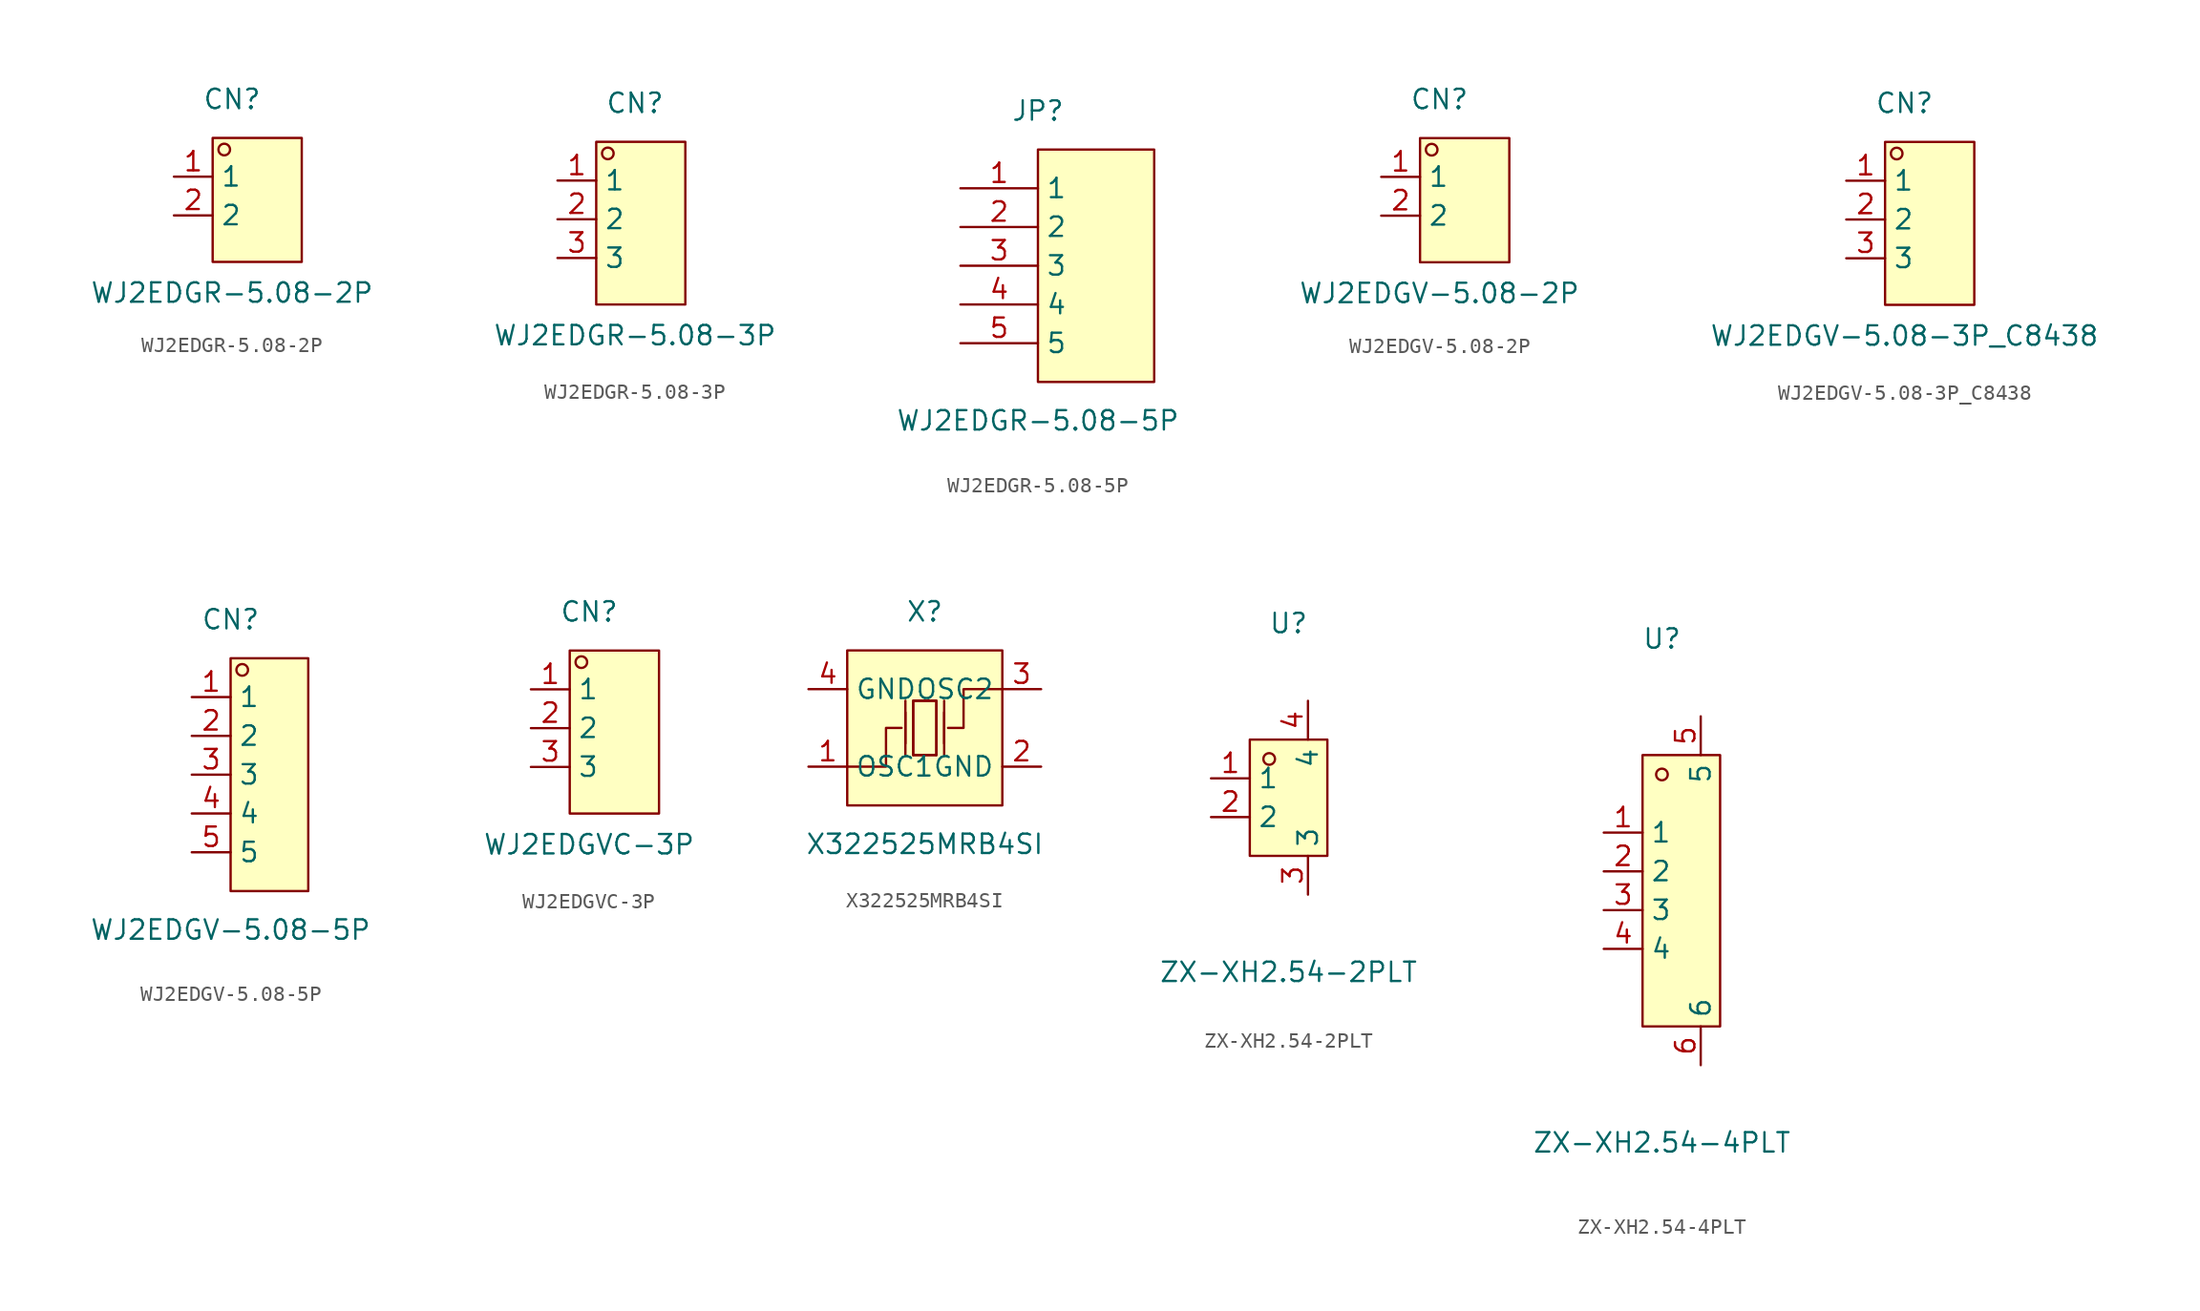
<source format=kicad_sym>
(kicad_symbol_lib
  (version 20211014)
  (generator https://github.com/uPesy/easyeda2kicad.py)
  (symbol "WJ2EDGR-5.08-2P"
    (property "Reference" "CN"
      (at 0 6.35 0)
      (effects (font (size 1.27 1.27))))
    (property "Value" "WJ2EDGR-5.08-2P"
      (at 0 -6.35 0)
      (effects (font (size 1.27 1.27))))
    (symbol "WJ2EDGR-5.08-2P_0_1"
      (rectangle (start -1.27 3.81) (end 4.57 -4.32) (stroke (width 0) (type default) (color 0 0 0 0)) (fill (type background)))
      (circle (center -0.51 3.05) (radius 0.38) (stroke (width 0) (type default) (color 0 0 0 0)) (fill (type none)))
      (pin unspecified line (at -3.81 1.27 0) (length 2.54) (name "1" (effects (font (size 1.27 1.27)))) (number "1" (effects (font (size 1.27 1.27)))))
      (pin unspecified line (at -3.81 -1.27 0) (length 2.54) (name "2" (effects (font (size 1.27 1.27)))) (number "2" (effects (font (size 1.27 1.27)))))))
  (symbol "WJ2EDGR-5.08-3P"
    (property "Reference" "CN"
      (at 0 7.62 0)
      (effects (font (size 1.27 1.27))))
    (property "Value" "WJ2EDGR-5.08-3P"
      (at 0 -7.62 0)
      (effects (font (size 1.27 1.27))))
    (symbol "WJ2EDGR-5.08-3P_0_1"
      (rectangle (start -2.54 5.08) (end 3.30 -5.59) (stroke (width 0) (type default) (color 0 0 0 0)) (fill (type background)))
      (circle (center -1.78 4.32) (radius 0.38) (stroke (width 0) (type default) (color 0 0 0 0)) (fill (type none)))
      (pin unspecified line (at -5.08 2.54 0) (length 2.54) (name "1" (effects (font (size 1.27 1.27)))) (number "1" (effects (font (size 1.27 1.27)))))
      (pin unspecified line (at -5.08 -0.00 0) (length 2.54) (name "2" (effects (font (size 1.27 1.27)))) (number "2" (effects (font (size 1.27 1.27)))))
      (pin unspecified line (at -5.08 -2.54 0) (length 2.54) (name "3" (effects (font (size 1.27 1.27)))) (number "3" (effects (font (size 1.27 1.27)))))))
  (symbol "WJ2EDGR-5.08-5P"
    (property "Reference" "JP"
      (at 0 10.16 0)
      (effects (font (size 1.27 1.27))))
    (property "Value" "WJ2EDGR-5.08-5P"
      (at 0 -10.16 0)
      (effects (font (size 1.27 1.27))))
    (symbol "WJ2EDGR-5.08-5P_0_1"
      (rectangle (start 0.00 7.62) (end 7.62 -7.62) (stroke (width 0) (type default) (color 0 0 0 0)) (fill (type background)))
      (pin unspecified line (at -5.08 5.08 0) (length 5.08) (name "1" (effects (font (size 1.27 1.27)))) (number "1" (effects (font (size 1.27 1.27)))))
      (pin unspecified line (at -5.08 2.54 0) (length 5.08) (name "2" (effects (font (size 1.27 1.27)))) (number "2" (effects (font (size 1.27 1.27)))))
      (pin unspecified line (at -5.08 -0.00 0) (length 5.08) (name "3" (effects (font (size 1.27 1.27)))) (number "3" (effects (font (size 1.27 1.27)))))
      (pin unspecified line (at -5.08 -2.54 0) (length 5.08) (name "4" (effects (font (size 1.27 1.27)))) (number "4" (effects (font (size 1.27 1.27)))))
      (pin unspecified line (at -5.08 -5.08 0) (length 5.08) (name "5" (effects (font (size 1.27 1.27)))) (number "5" (effects (font (size 1.27 1.27)))))))
  (symbol "WJ2EDGV-5.08-2P"
    (property "Reference" "CN"
      (at 0 6.35 0)
      (effects (font (size 1.27 1.27))))
    (property "Value" "WJ2EDGV-5.08-2P"
      (at 0 -6.35 0)
      (effects (font (size 1.27 1.27))))
    (symbol "WJ2EDGV-5.08-2P_0_1"
      (rectangle (start -1.27 3.81) (end 4.57 -4.32) (stroke (width 0) (type default) (color 0 0 0 0)) (fill (type background)))
      (circle (center -0.51 3.05) (radius 0.38) (stroke (width 0) (type default) (color 0 0 0 0)) (fill (type none)))
      (pin unspecified line (at -3.81 1.27 0) (length 2.54) (name "1" (effects (font (size 1.27 1.27)))) (number "1" (effects (font (size 1.27 1.27)))))
      (pin unspecified line (at -3.81 -1.27 0) (length 2.54) (name "2" (effects (font (size 1.27 1.27)))) (number "2" (effects (font (size 1.27 1.27)))))))
  (symbol "WJ2EDGV-5.08-3P_C8438"
    (property "Reference" "CN"
      (at 0 7.62 0)
      (effects (font (size 1.27 1.27))))
    (property "Value" "WJ2EDGV-5.08-3P_C8438"
      (at 0 -7.62 0)
      (effects (font (size 1.27 1.27))))
    (symbol "WJ2EDGV-5.08-3P_C8438_0_1"
      (rectangle (start -1.27 5.08) (end 4.57 -5.59) (stroke (width 0) (type default) (color 0 0 0 0)) (fill (type background)))
      (circle (center -0.51 4.32) (radius 0.38) (stroke (width 0) (type default) (color 0 0 0 0)) (fill (type none)))
      (pin unspecified line (at -3.81 2.54 0) (length 2.54) (name "1" (effects (font (size 1.27 1.27)))) (number "1" (effects (font (size 1.27 1.27)))))
      (pin unspecified line (at -3.81 -0.00 0) (length 2.54) (name "2" (effects (font (size 1.27 1.27)))) (number "2" (effects (font (size 1.27 1.27)))))
      (pin unspecified line (at -3.81 -2.54 0) (length 2.54) (name "3" (effects (font (size 1.27 1.27)))) (number "3" (effects (font (size 1.27 1.27)))))))
  (symbol "WJ2EDGV-5.08-5P"
    (property "Reference" "CN"
      (at 0 10.16 0)
      (effects (font (size 1.27 1.27))))
    (property "Value" "WJ2EDGV-5.08-5P"
      (at 0 -10.16 0)
      (effects (font (size 1.27 1.27))))
    (symbol "WJ2EDGV-5.08-5P_0_1"
      (rectangle (start 0.00 7.62) (end 5.08 -7.62) (stroke (width 0) (type default) (color 0 0 0 0)) (fill (type background)))
      (circle (center 0.76 6.86) (radius 0.38) (stroke (width 0) (type default) (color 0 0 0 0)) (fill (type none)))
      (pin unspecified line (at -2.54 5.08 0) (length 2.54) (name "1" (effects (font (size 1.27 1.27)))) (number "1" (effects (font (size 1.27 1.27)))))
      (pin unspecified line (at -2.54 2.54 0) (length 2.54) (name "2" (effects (font (size 1.27 1.27)))) (number "2" (effects (font (size 1.27 1.27)))))
      (pin unspecified line (at -2.54 -0.00 0) (length 2.54) (name "3" (effects (font (size 1.27 1.27)))) (number "3" (effects (font (size 1.27 1.27)))))
      (pin unspecified line (at -2.54 -2.54 0) (length 2.54) (name "4" (effects (font (size 1.27 1.27)))) (number "4" (effects (font (size 1.27 1.27)))))
      (pin unspecified line (at -2.54 -5.08 0) (length 2.54) (name "5" (effects (font (size 1.27 1.27)))) (number "5" (effects (font (size 1.27 1.27)))))))
  (symbol "WJ2EDGVC-3P"
    (property "Reference" "CN"
      (at 0 7.62 0)
      (effects (font (size 1.27 1.27))))
    (property "Value" "WJ2EDGVC-3P"
      (at 0 -7.62 0)
      (effects (font (size 1.27 1.27))))
    (symbol "WJ2EDGVC-3P_0_1"
      (rectangle (start -1.27 5.08) (end 4.57 -5.59) (stroke (width 0) (type default) (color 0 0 0 0)) (fill (type background)))
      (circle (center -0.51 4.32) (radius 0.38) (stroke (width 0) (type default) (color 0 0 0 0)) (fill (type none)))
      (pin unspecified line (at -3.81 2.54 0) (length 2.54) (name "1" (effects (font (size 1.27 1.27)))) (number "1" (effects (font (size 1.27 1.27)))))
      (pin unspecified line (at -3.81 -0.00 0) (length 2.54) (name "2" (effects (font (size 1.27 1.27)))) (number "2" (effects (font (size 1.27 1.27)))))
      (pin unspecified line (at -3.81 -2.54 0) (length 2.54) (name "3" (effects (font (size 1.27 1.27)))) (number "3" (effects (font (size 1.27 1.27)))))))
  (symbol "X322525MRB4SI"
    (property "Reference" "X"
      (at 0 7.62 0)
      (effects (font (size 1.27 1.27))))
    (property "Value" "X322525MRB4SI"
      (at 0 -7.62 0)
      (effects (font (size 1.27 1.27))))
    (symbol "X322525MRB4SI_0_1"
      (rectangle (start -5.08 5.08) (end 5.08 -5.08) (stroke (width 0) (type default) (color 0 0 0 0)) (fill (type background)))
      (polyline (pts (xy -1.27 -1.02) (xy -1.27 1.02)) (stroke (width 0) (type default) (color 0 0 0 0)) (fill (type none)))
      (polyline (pts (xy 0.76 -1.78) (xy -0.76 -1.78)) (stroke (width 0) (type default) (color 0 0 0 0)) (fill (type none)))
      (polyline (pts (xy 1.27 -1.02) (xy 1.27 1.02)) (stroke (width 0) (type default) (color 0 0 0 0)) (fill (type none)))
      (polyline (pts (xy -0.76 -1.78) (xy -0.76 1.78) (xy 0.76 1.78) (xy 0.76 -1.78)) (stroke (width 0) (type default) (color 0 0 0 0)) (fill (type none)))
      (polyline (pts (xy 5.08 2.54) (xy 2.54 2.54) (xy 2.54 -0.00) (xy 1.52 -0.00)) (stroke (width 0) (type default) (color 0 0 0 0)) (fill (type none)))
      (polyline (pts (xy -5.08 -2.54) (xy -2.54 -2.54) (xy -2.54 -0.00) (xy -1.52 -0.00)) (stroke (width 0) (type default) (color 0 0 0 0)) (fill (type none)))
      (polyline (pts (xy 1.27 -1.78) (xy 1.27 1.78)) (stroke (width 0) (type default) (color 0 0 0 0)) (fill (type none)))
      (polyline (pts (xy -1.27 -1.78) (xy -1.27 1.78)) (stroke (width 0) (type default) (color 0 0 0 0)) (fill (type none)))
      (polyline (pts (xy 0.76 1.78) (xy 0.76 -1.78) (xy -0.76 -1.78) (xy -0.76 1.78) (xy 0.76 1.78)) (stroke (width 0) (type default) (color 0 0 0 0)) (fill (type background)))
      (pin unspecified line (at -7.62 2.54 0) (length 2.54) (name "GND" (effects (font (size 1.27 1.27)))) (number "4" (effects (font (size 1.27 1.27)))))
      (pin unspecified line (at 7.62 -2.54 180) (length 2.54) (name "GND" (effects (font (size 1.27 1.27)))) (number "2" (effects (font (size 1.27 1.27)))))
      (pin unspecified line (at -7.62 -2.54 0) (length 2.54) (name "OSC1" (effects (font (size 1.27 1.27)))) (number "1" (effects (font (size 1.27 1.27)))))
      (pin unspecified line (at 7.62 2.54 180) (length 2.54) (name "OSC2" (effects (font (size 1.27 1.27)))) (number "3" (effects (font (size 1.27 1.27)))))))
  (symbol "ZX-XH2.54-2PLT"
    (property "Reference" "U"
      (at 0 11.43 0)
      (effects (font (size 1.27 1.27))))
    (property "Value" "ZX-XH2.54-2PLT"
      (at 0 -11.43 0)
      (effects (font (size 1.27 1.27))))
    (symbol "ZX-XH2.54-2PLT_0_1"
      (rectangle (start -2.54 3.81) (end 2.54 -3.81) (stroke (width 0) (type default) (color 0 0 0 0)) (fill (type background)))
      (circle (center -1.27 2.54) (radius 0.38) (stroke (width 0) (type default) (color 0 0 0 0)) (fill (type none)))
      (pin unspecified line (at -5.08 1.27 0) (length 2.54) (name "1" (effects (font (size 1.27 1.27)))) (number "1" (effects (font (size 1.27 1.27)))))
      (pin unspecified line (at -5.08 -1.27 0) (length 2.54) (name "2" (effects (font (size 1.27 1.27)))) (number "2" (effects (font (size 1.27 1.27)))))
      (pin unspecified line (at 1.27 -6.35 90) (length 2.54) (name "3" (effects (font (size 1.27 1.27)))) (number "3" (effects (font (size 1.27 1.27)))))
      (pin unspecified line (at 1.27 6.35 270) (length 2.54) (name "4" (effects (font (size 1.27 1.27)))) (number "4" (effects (font (size 1.27 1.27)))))))
  (symbol "ZX-XH2.54-4PLT"
    (property "Reference" "U"
      (at 0 17.78 0)
      (effects (font (size 1.27 1.27))))
    (property "Value" "ZX-XH2.54-4PLT"
      (at 0 -15.24 0)
      (effects (font (size 1.27 1.27))))
    (symbol "ZX-XH2.54-4PLT_0_1"
      (rectangle (start -1.27 10.16) (end 3.81 -7.62) (stroke (width 0) (type default) (color 0 0 0 0)) (fill (type background)))
      (circle (center 0.00 8.89) (radius 0.38) (stroke (width 0) (type default) (color 0 0 0 0)) (fill (type none)))
      (pin unspecified line (at 2.54 -10.16 90) (length 2.54) (name "6" (effects (font (size 1.27 1.27)))) (number "6" (effects (font (size 1.27 1.27)))))
      (pin unspecified line (at 2.54 12.70 270) (length 2.54) (name "5" (effects (font (size 1.27 1.27)))) (number "5" (effects (font (size 1.27 1.27)))))
      (pin unspecified line (at -3.81 -2.54 0) (length 2.54) (name "4" (effects (font (size 1.27 1.27)))) (number "4" (effects (font (size 1.27 1.27)))))
      (pin unspecified line (at -3.81 -0.00 0) (length 2.54) (name "3" (effects (font (size 1.27 1.27)))) (number "3" (effects (font (size 1.27 1.27)))))
      (pin unspecified line (at -3.81 2.54 0) (length 2.54) (name "2" (effects (font (size 1.27 1.27)))) (number "2" (effects (font (size 1.27 1.27)))))
      (pin unspecified line (at -3.81 5.08 0) (length 2.54) (name "1" (effects (font (size 1.27 1.27)))) (number "1" (effects (font (size 1.27 1.27))))))))
</source>
